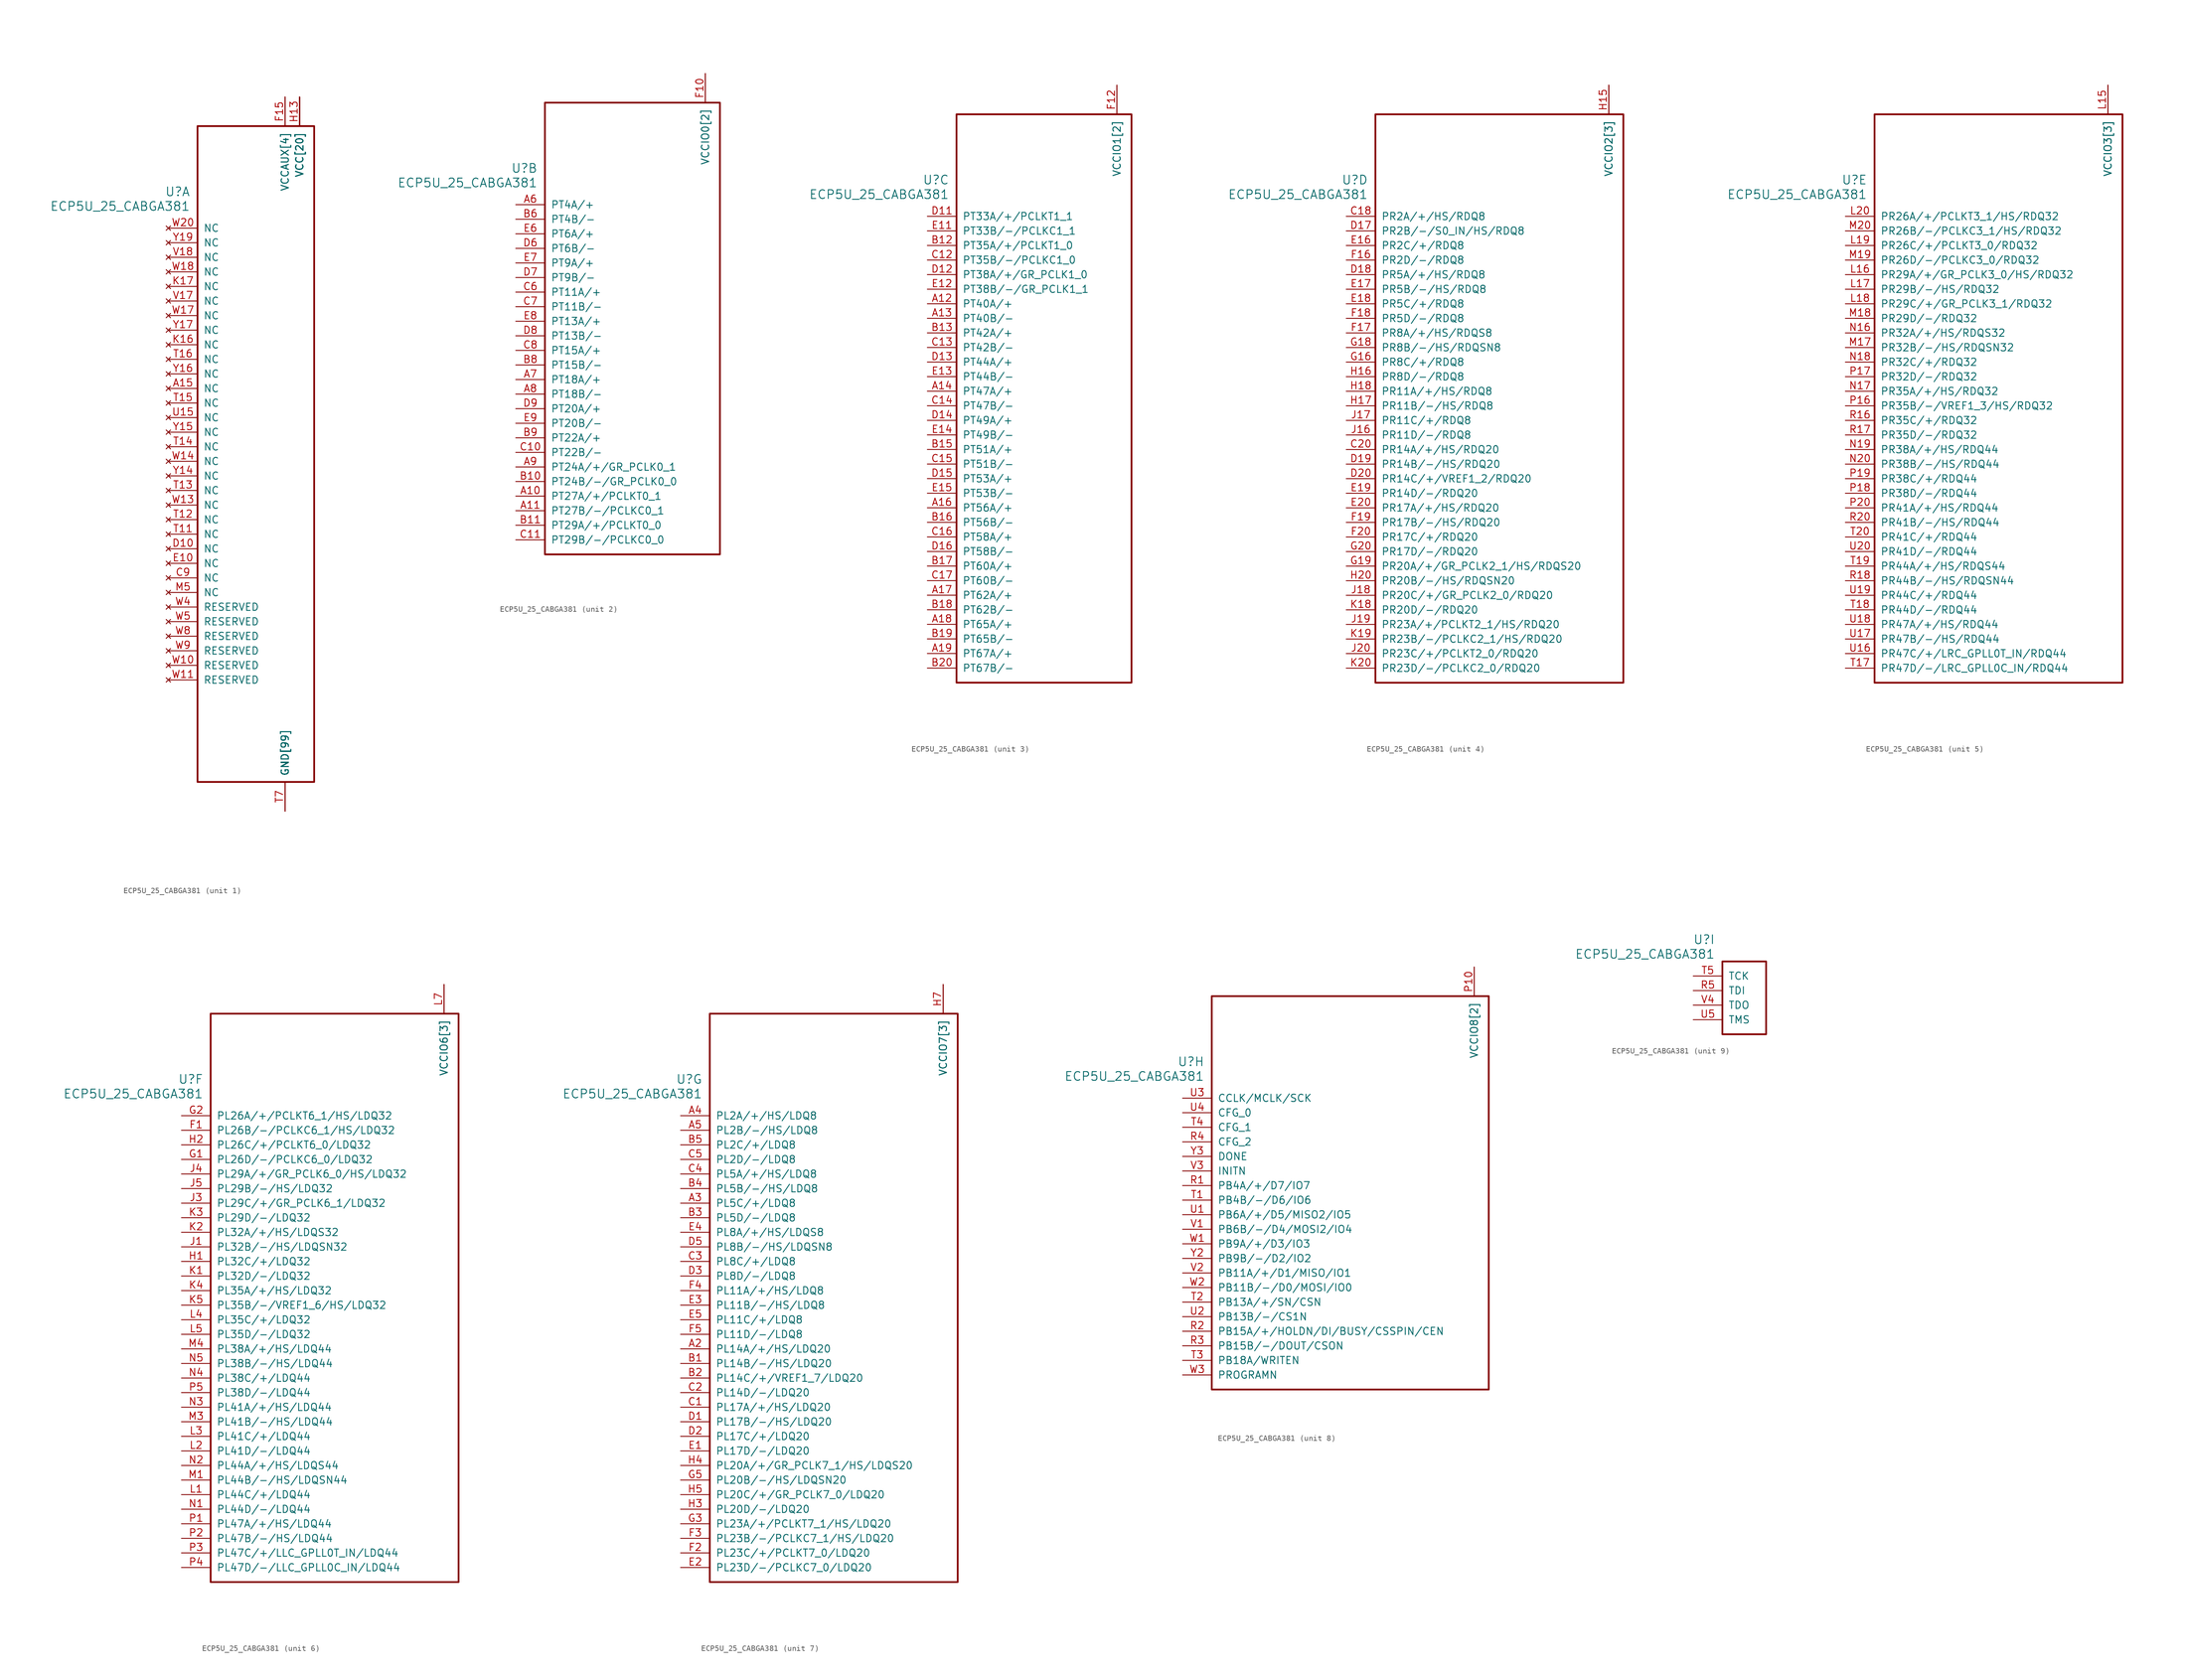
<source format=kicad_sym>
(kicad_symbol_lib
  (version 20211014)
  (generator kicad_symbol_editor)
  (symbol "ECP5U_25_CABGA381"
    (pin_names
      (offset 1.016))
    (property "Reference" "U"
      (at 3.81 6.35 0)
      (effects (font (size 1.524 1.524)) (justify right)))
    (property "Value" "ECP5U_25_CABGA381"
      (at 3.81 3.81 0)
      (effects (font (size 1.524 1.524)) (justify right)))
    (property "ki_locked" ""
      (at 0 0 0)
      (effects (font (size 1.27 1.27))))
    (symbol "ECP5U_25_CABGA381_1_1"
      (rectangle (start 5.08 17.78) (end 25.4 -96.52) (stroke (width 0.305) (type default) (color 0 0 0 0)) (fill (type none)))
      (pin no_connect line (at 0 -27.94 0) (length 5.08) (name "NC" (effects (font (size 1.27 1.27)))) (number "A15" (effects (font (size 1.27 1.27)))))
      (pin power_in line (at 20.32 -101.6 90) (length 5.08) (name "GND[99]" (effects (font (size 1.27 1.27)))) (number "B14" (effects (font (size 0 0)))))
      (pin power_in line (at 20.32 -101.6 90) (length 5.08) (name "GND[99]" (effects (font (size 1.27 1.27)))) (number "B7" (effects (font (size 0 0)))))
      (pin power_in line (at 20.32 -101.6 90) (length 5.08) (name "GND[99]" (effects (font (size 1.27 1.27)))) (number "C19" (effects (font (size 0 0)))))
      (pin no_connect line (at 0 -60.96 0) (length 5.08) (name "NC" (effects (font (size 1.27 1.27)))) (number "C9" (effects (font (size 1.27 1.27)))))
      (pin no_connect line (at 0 -55.88 0) (length 5.08) (name "NC" (effects (font (size 1.27 1.27)))) (number "D10" (effects (font (size 1.27 1.27)))))
      (pin power_in line (at 20.32 -101.6 90) (length 5.08) (name "GND[99]" (effects (font (size 1.27 1.27)))) (number "D4" (effects (font (size 0 0)))))
      (pin no_connect line (at 0 -58.42 0) (length 5.08) (name "NC" (effects (font (size 1.27 1.27)))) (number "E10" (effects (font (size 1.27 1.27)))))
      (pin power_in line (at 20.32 -101.6 90) (length 5.08) (name "GND[99]" (effects (font (size 1.27 1.27)))) (number "F13" (effects (font (size 0 0)))))
      (pin power_in line (at 20.32 -101.6 90) (length 5.08) (name "GND[99]" (effects (font (size 1.27 1.27)))) (number "F14" (effects (font (size 0 0)))))
      (pin power_in line (at 20.32 22.86 270) (length 5.08) (name "VCCAUX[4]" (effects (font (size 1.27 1.27)))) (number "F15" (effects (font (size 1.27 1.27)))))
      (pin power_in line (at 20.32 22.86 270) (length 5.08) (name "VCCAUX[4]" (effects (font (size 1.27 1.27)))) (number "F6" (effects (font (size 0 0)))))
      (pin power_in line (at 20.32 -101.6 90) (length 5.08) (name "GND[99]" (effects (font (size 1.27 1.27)))) (number "F7" (effects (font (size 0 0)))))
      (pin power_in line (at 20.32 -101.6 90) (length 5.08) (name "GND[99]" (effects (font (size 1.27 1.27)))) (number "F8" (effects (font (size 0 0)))))
      (pin power_in line (at 20.32 -101.6 90) (length 5.08) (name "GND[99]" (effects (font (size 1.27 1.27)))) (number "G10" (effects (font (size 0 0)))))
      (pin power_in line (at 20.32 -101.6 90) (length 5.08) (name "GND[99]" (effects (font (size 1.27 1.27)))) (number "G11" (effects (font (size 0 0)))))
      (pin power_in line (at 20.32 -101.6 90) (length 5.08) (name "GND[99]" (effects (font (size 1.27 1.27)))) (number "G12" (effects (font (size 0 0)))))
      (pin power_in line (at 20.32 -101.6 90) (length 5.08) (name "GND[99]" (effects (font (size 1.27 1.27)))) (number "G13" (effects (font (size 0 0)))))
      (pin power_in line (at 20.32 -101.6 90) (length 5.08) (name "GND[99]" (effects (font (size 1.27 1.27)))) (number "G14" (effects (font (size 0 0)))))
      (pin power_in line (at 20.32 -101.6 90) (length 5.08) (name "GND[99]" (effects (font (size 1.27 1.27)))) (number "G15" (effects (font (size 0 0)))))
      (pin power_in line (at 20.32 -101.6 90) (length 5.08) (name "GND[99]" (effects (font (size 1.27 1.27)))) (number "G17" (effects (font (size 0 0)))))
      (pin power_in line (at 20.32 -101.6 90) (length 5.08) (name "GND[99]" (effects (font (size 1.27 1.27)))) (number "G4" (effects (font (size 0 0)))))
      (pin power_in line (at 20.32 -101.6 90) (length 5.08) (name "GND[99]" (effects (font (size 1.27 1.27)))) (number "G6" (effects (font (size 0 0)))))
      (pin power_in line (at 20.32 -101.6 90) (length 5.08) (name "GND[99]" (effects (font (size 1.27 1.27)))) (number "G7" (effects (font (size 0 0)))))
      (pin power_in line (at 20.32 -101.6 90) (length 5.08) (name "GND[99]" (effects (font (size 1.27 1.27)))) (number "G8" (effects (font (size 0 0)))))
      (pin power_in line (at 20.32 -101.6 90) (length 5.08) (name "GND[99]" (effects (font (size 1.27 1.27)))) (number "G9" (effects (font (size 0 0)))))
      (pin power_in line (at 22.86 22.86 270) (length 5.08) (name "VCC[20]" (effects (font (size 1.27 1.27)))) (number "H10" (effects (font (size 0 0)))))
      (pin power_in line (at 22.86 22.86 270) (length 5.08) (name "VCC[20]" (effects (font (size 1.27 1.27)))) (number "H11" (effects (font (size 0 0)))))
      (pin power_in line (at 22.86 22.86 270) (length 5.08) (name "VCC[20]" (effects (font (size 1.27 1.27)))) (number "H12" (effects (font (size 0 0)))))
      (pin power_in line (at 22.86 22.86 270) (length 5.08) (name "VCC[20]" (effects (font (size 1.27 1.27)))) (number "H13" (effects (font (size 1.27 1.27)))))
      (pin power_in line (at 20.32 -101.6 90) (length 5.08) (name "GND[99]" (effects (font (size 1.27 1.27)))) (number "H19" (effects (font (size 0 0)))))
      (pin power_in line (at 22.86 22.86 270) (length 5.08) (name "VCC[20]" (effects (font (size 1.27 1.27)))) (number "H8" (effects (font (size 0 0)))))
      (pin power_in line (at 22.86 22.86 270) (length 5.08) (name "VCC[20]" (effects (font (size 1.27 1.27)))) (number "H9" (effects (font (size 0 0)))))
      (pin power_in line (at 20.32 -101.6 90) (length 5.08) (name "GND[99]" (effects (font (size 1.27 1.27)))) (number "J10" (effects (font (size 0 0)))))
      (pin power_in line (at 20.32 -101.6 90) (length 5.08) (name "GND[99]" (effects (font (size 1.27 1.27)))) (number "J11" (effects (font (size 0 0)))))
      (pin power_in line (at 20.32 -101.6 90) (length 5.08) (name "GND[99]" (effects (font (size 1.27 1.27)))) (number "J12" (effects (font (size 0 0)))))
      (pin power_in line (at 22.86 22.86 270) (length 5.08) (name "VCC[20]" (effects (font (size 1.27 1.27)))) (number "J13" (effects (font (size 0 0)))))
      (pin power_in line (at 20.32 -101.6 90) (length 5.08) (name "GND[99]" (effects (font (size 1.27 1.27)))) (number "J14" (effects (font (size 0 0)))))
      (pin power_in line (at 20.32 -101.6 90) (length 5.08) (name "GND[99]" (effects (font (size 1.27 1.27)))) (number "J2" (effects (font (size 0 0)))))
      (pin power_in line (at 20.32 -101.6 90) (length 5.08) (name "GND[99]" (effects (font (size 1.27 1.27)))) (number "J7" (effects (font (size 0 0)))))
      (pin power_in line (at 22.86 22.86 270) (length 5.08) (name "VCC[20]" (effects (font (size 1.27 1.27)))) (number "J8" (effects (font (size 0 0)))))
      (pin power_in line (at 20.32 -101.6 90) (length 5.08) (name "GND[99]" (effects (font (size 1.27 1.27)))) (number "J9" (effects (font (size 0 0)))))
      (pin power_in line (at 20.32 -101.6 90) (length 5.08) (name "GND[99]" (effects (font (size 1.27 1.27)))) (number "K10" (effects (font (size 0 0)))))
      (pin power_in line (at 20.32 -101.6 90) (length 5.08) (name "GND[99]" (effects (font (size 1.27 1.27)))) (number "K11" (effects (font (size 0 0)))))
      (pin power_in line (at 20.32 -101.6 90) (length 5.08) (name "GND[99]" (effects (font (size 1.27 1.27)))) (number "K12" (effects (font (size 0 0)))))
      (pin power_in line (at 22.86 22.86 270) (length 5.08) (name "VCC[20]" (effects (font (size 1.27 1.27)))) (number "K13" (effects (font (size 0 0)))))
      (pin power_in line (at 20.32 -101.6 90) (length 5.08) (name "GND[99]" (effects (font (size 1.27 1.27)))) (number "K14" (effects (font (size 0 0)))))
      (pin power_in line (at 20.32 -101.6 90) (length 5.08) (name "GND[99]" (effects (font (size 1.27 1.27)))) (number "K15" (effects (font (size 0 0)))))
      (pin no_connect line (at 0 -20.32 0) (length 5.08) (name "NC" (effects (font (size 1.27 1.27)))) (number "K16" (effects (font (size 1.27 1.27)))))
      (pin no_connect line (at 0 -10.16 0) (length 5.08) (name "NC" (effects (font (size 1.27 1.27)))) (number "K17" (effects (font (size 1.27 1.27)))))
      (pin power_in line (at 20.32 -101.6 90) (length 5.08) (name "GND[99]" (effects (font (size 1.27 1.27)))) (number "K6" (effects (font (size 0 0)))))
      (pin power_in line (at 20.32 -101.6 90) (length 5.08) (name "GND[99]" (effects (font (size 1.27 1.27)))) (number "K7" (effects (font (size 0 0)))))
      (pin power_in line (at 22.86 22.86 270) (length 5.08) (name "VCC[20]" (effects (font (size 1.27 1.27)))) (number "K8" (effects (font (size 0 0)))))
      (pin power_in line (at 20.32 -101.6 90) (length 5.08) (name "GND[99]" (effects (font (size 1.27 1.27)))) (number "K9" (effects (font (size 0 0)))))
      (pin power_in line (at 20.32 -101.6 90) (length 5.08) (name "GND[99]" (effects (font (size 1.27 1.27)))) (number "L10" (effects (font (size 0 0)))))
      (pin power_in line (at 20.32 -101.6 90) (length 5.08) (name "GND[99]" (effects (font (size 1.27 1.27)))) (number "L11" (effects (font (size 0 0)))))
      (pin power_in line (at 20.32 -101.6 90) (length 5.08) (name "GND[99]" (effects (font (size 1.27 1.27)))) (number "L12" (effects (font (size 0 0)))))
      (pin power_in line (at 22.86 22.86 270) (length 5.08) (name "VCC[20]" (effects (font (size 1.27 1.27)))) (number "L13" (effects (font (size 0 0)))))
      (pin power_in line (at 22.86 22.86 270) (length 5.08) (name "VCC[20]" (effects (font (size 1.27 1.27)))) (number "L8" (effects (font (size 0 0)))))
      (pin power_in line (at 20.32 -101.6 90) (length 5.08) (name "GND[99]" (effects (font (size 1.27 1.27)))) (number "L9" (effects (font (size 0 0)))))
      (pin power_in line (at 20.32 -101.6 90) (length 5.08) (name "GND[99]" (effects (font (size 1.27 1.27)))) (number "M10" (effects (font (size 0 0)))))
      (pin power_in line (at 20.32 -101.6 90) (length 5.08) (name "GND[99]" (effects (font (size 1.27 1.27)))) (number "M11" (effects (font (size 0 0)))))
      (pin power_in line (at 20.32 -101.6 90) (length 5.08) (name "GND[99]" (effects (font (size 1.27 1.27)))) (number "M12" (effects (font (size 0 0)))))
      (pin power_in line (at 22.86 22.86 270) (length 5.08) (name "VCC[20]" (effects (font (size 1.27 1.27)))) (number "M13" (effects (font (size 0 0)))))
      (pin power_in line (at 20.32 -101.6 90) (length 5.08) (name "GND[99]" (effects (font (size 1.27 1.27)))) (number "M14" (effects (font (size 0 0)))))
      (pin power_in line (at 20.32 -101.6 90) (length 5.08) (name "GND[99]" (effects (font (size 1.27 1.27)))) (number "M16" (effects (font (size 0 0)))))
      (pin power_in line (at 20.32 -101.6 90) (length 5.08) (name "GND[99]" (effects (font (size 1.27 1.27)))) (number "M2" (effects (font (size 0 0)))))
      (pin no_connect line (at 0 -63.5 0) (length 5.08) (name "NC" (effects (font (size 1.27 1.27)))) (number "M5" (effects (font (size 1.27 1.27)))))
      (pin power_in line (at 20.32 -101.6 90) (length 5.08) (name "GND[99]" (effects (font (size 1.27 1.27)))) (number "M7" (effects (font (size 0 0)))))
      (pin power_in line (at 22.86 22.86 270) (length 5.08) (name "VCC[20]" (effects (font (size 1.27 1.27)))) (number "M8" (effects (font (size 0 0)))))
      (pin power_in line (at 20.32 -101.6 90) (length 5.08) (name "GND[99]" (effects (font (size 1.27 1.27)))) (number "M9" (effects (font (size 0 0)))))
      (pin power_in line (at 22.86 22.86 270) (length 5.08) (name "VCC[20]" (effects (font (size 1.27 1.27)))) (number "N10" (effects (font (size 0 0)))))
      (pin power_in line (at 22.86 22.86 270) (length 5.08) (name "VCC[20]" (effects (font (size 1.27 1.27)))) (number "N11" (effects (font (size 0 0)))))
      (pin power_in line (at 22.86 22.86 270) (length 5.08) (name "VCC[20]" (effects (font (size 1.27 1.27)))) (number "N12" (effects (font (size 0 0)))))
      (pin power_in line (at 22.86 22.86 270) (length 5.08) (name "VCC[20]" (effects (font (size 1.27 1.27)))) (number "N13" (effects (font (size 0 0)))))
      (pin power_in line (at 20.32 -101.6 90) (length 5.08) (name "GND[99]" (effects (font (size 1.27 1.27)))) (number "N14" (effects (font (size 0 0)))))
      (pin power_in line (at 20.32 -101.6 90) (length 5.08) (name "GND[99]" (effects (font (size 1.27 1.27)))) (number "N15" (effects (font (size 0 0)))))
      (pin power_in line (at 20.32 -101.6 90) (length 5.08) (name "GND[99]" (effects (font (size 1.27 1.27)))) (number "N6" (effects (font (size 0 0)))))
      (pin power_in line (at 20.32 -101.6 90) (length 5.08) (name "GND[99]" (effects (font (size 1.27 1.27)))) (number "N7" (effects (font (size 0 0)))))
      (pin power_in line (at 22.86 22.86 270) (length 5.08) (name "VCC[20]" (effects (font (size 1.27 1.27)))) (number "N8" (effects (font (size 0 0)))))
      (pin power_in line (at 22.86 22.86 270) (length 5.08) (name "VCC[20]" (effects (font (size 1.27 1.27)))) (number "N9" (effects (font (size 0 0)))))
      (pin power_in line (at 20.32 -101.6 90) (length 5.08) (name "GND[99]" (effects (font (size 1.27 1.27)))) (number "P11" (effects (font (size 0 0)))))
      (pin power_in line (at 20.32 -101.6 90) (length 5.08) (name "GND[99]" (effects (font (size 1.27 1.27)))) (number "P12" (effects (font (size 0 0)))))
      (pin power_in line (at 20.32 -101.6 90) (length 5.08) (name "GND[99]" (effects (font (size 1.27 1.27)))) (number "P13" (effects (font (size 0 0)))))
      (pin power_in line (at 20.32 -101.6 90) (length 5.08) (name "GND[99]" (effects (font (size 1.27 1.27)))) (number "P14" (effects (font (size 0 0)))))
      (pin power_in line (at 20.32 22.86 270) (length 5.08) (name "VCCAUX[4]" (effects (font (size 1.27 1.27)))) (number "P15" (effects (font (size 0 0)))))
      (pin power_in line (at 20.32 22.86 270) (length 5.08) (name "VCCAUX[4]" (effects (font (size 1.27 1.27)))) (number "P6" (effects (font (size 0 0)))))
      (pin power_in line (at 20.32 -101.6 90) (length 5.08) (name "GND[99]" (effects (font (size 1.27 1.27)))) (number "P7" (effects (font (size 0 0)))))
      (pin power_in line (at 20.32 -101.6 90) (length 5.08) (name "GND[99]" (effects (font (size 1.27 1.27)))) (number "P8" (effects (font (size 0 0)))))
      (pin power_in line (at 20.32 -101.6 90) (length 5.08) (name "GND[99]" (effects (font (size 1.27 1.27)))) (number "R19" (effects (font (size 0 0)))))
      (pin power_in line (at 20.32 -101.6 90) (length 5.08) (name "GND[99]" (effects (font (size 1.27 1.27)))) (number "T10" (effects (font (size 0 0)))))
      (pin no_connect line (at 0 -53.34 0) (length 5.08) (name "NC" (effects (font (size 1.27 1.27)))) (number "T11" (effects (font (size 1.27 1.27)))))
      (pin no_connect line (at 0 -50.8 0) (length 5.08) (name "NC" (effects (font (size 1.27 1.27)))) (number "T12" (effects (font (size 1.27 1.27)))))
      (pin no_connect line (at 0 -45.72 0) (length 5.08) (name "NC" (effects (font (size 1.27 1.27)))) (number "T13" (effects (font (size 1.27 1.27)))))
      (pin no_connect line (at 0 -38.1 0) (length 5.08) (name "NC" (effects (font (size 1.27 1.27)))) (number "T14" (effects (font (size 1.27 1.27)))))
      (pin no_connect line (at 0 -30.48 0) (length 5.08) (name "NC" (effects (font (size 1.27 1.27)))) (number "T15" (effects (font (size 1.27 1.27)))))
      (pin no_connect line (at 0 -22.86 0) (length 5.08) (name "NC" (effects (font (size 1.27 1.27)))) (number "T16" (effects (font (size 1.27 1.27)))))
      (pin power_in line (at 20.32 -101.6 90) (length 5.08) (name "GND[99]" (effects (font (size 1.27 1.27)))) (number "T6" (effects (font (size 0 0)))))
      (pin power_in line (at 20.32 -101.6 90) (length 5.08) (name "GND[99]" (effects (font (size 1.27 1.27)))) (number "T7" (effects (font (size 1.27 1.27)))))
      (pin power_in line (at 20.32 -101.6 90) (length 5.08) (name "GND[99]" (effects (font (size 1.27 1.27)))) (number "T8" (effects (font (size 0 0)))))
      (pin power_in line (at 20.32 -101.6 90) (length 5.08) (name "GND[99]" (effects (font (size 1.27 1.27)))) (number "T9" (effects (font (size 0 0)))))
      (pin power_in line (at 20.32 -101.6 90) (length 5.08) (name "GND[99]" (effects (font (size 1.27 1.27)))) (number "U10" (effects (font (size 0 0)))))
      (pin power_in line (at 20.32 -101.6 90) (length 5.08) (name "GND[99]" (effects (font (size 1.27 1.27)))) (number "U11" (effects (font (size 0 0)))))
      (pin power_in line (at 20.32 -101.6 90) (length 5.08) (name "GND[99]" (effects (font (size 1.27 1.27)))) (number "U12" (effects (font (size 0 0)))))
      (pin power_in line (at 20.32 -101.6 90) (length 5.08) (name "GND[99]" (effects (font (size 1.27 1.27)))) (number "U13" (effects (font (size 0 0)))))
      (pin power_in line (at 20.32 -101.6 90) (length 5.08) (name "GND[99]" (effects (font (size 1.27 1.27)))) (number "U14" (effects (font (size 0 0)))))
      (pin no_connect line (at 0 -33.02 0) (length 5.08) (name "NC" (effects (font (size 1.27 1.27)))) (number "U15" (effects (font (size 1.27 1.27)))))
      (pin power_in line (at 20.32 -101.6 90) (length 5.08) (name "GND[99]" (effects (font (size 1.27 1.27)))) (number "U6" (effects (font (size 0 0)))))
      (pin power_in line (at 20.32 -101.6 90) (length 5.08) (name "GND[99]" (effects (font (size 1.27 1.27)))) (number "U7" (effects (font (size 0 0)))))
      (pin power_in line (at 20.32 -101.6 90) (length 5.08) (name "GND[99]" (effects (font (size 1.27 1.27)))) (number "U8" (effects (font (size 0 0)))))
      (pin power_in line (at 20.32 -101.6 90) (length 5.08) (name "GND[99]" (effects (font (size 1.27 1.27)))) (number "U9" (effects (font (size 0 0)))))
      (pin power_in line (at 20.32 -101.6 90) (length 5.08) (name "GND[99]" (effects (font (size 1.27 1.27)))) (number "V10" (effects (font (size 0 0)))))
      (pin power_in line (at 20.32 -101.6 90) (length 5.08) (name "GND[99]" (effects (font (size 1.27 1.27)))) (number "V11" (effects (font (size 0 0)))))
      (pin power_in line (at 20.32 -101.6 90) (length 5.08) (name "GND[99]" (effects (font (size 1.27 1.27)))) (number "V12" (effects (font (size 0 0)))))
      (pin power_in line (at 20.32 -101.6 90) (length 5.08) (name "GND[99]" (effects (font (size 1.27 1.27)))) (number "V13" (effects (font (size 0 0)))))
      (pin power_in line (at 20.32 -101.6 90) (length 5.08) (name "GND[99]" (effects (font (size 1.27 1.27)))) (number "V14" (effects (font (size 0 0)))))
      (pin power_in line (at 20.32 -101.6 90) (length 5.08) (name "GND[99]" (effects (font (size 1.27 1.27)))) (number "V15" (effects (font (size 0 0)))))
      (pin power_in line (at 20.32 -101.6 90) (length 5.08) (name "GND[99]" (effects (font (size 1.27 1.27)))) (number "V16" (effects (font (size 0 0)))))
      (pin no_connect line (at 0 -12.7 0) (length 5.08) (name "NC" (effects (font (size 1.27 1.27)))) (number "V17" (effects (font (size 1.27 1.27)))))
      (pin no_connect line (at 0 -5.08 0) (length 5.08) (name "NC" (effects (font (size 1.27 1.27)))) (number "V18" (effects (font (size 1.27 1.27)))))
      (pin power_in line (at 20.32 -101.6 90) (length 5.08) (name "GND[99]" (effects (font (size 1.27 1.27)))) (number "V19" (effects (font (size 0 0)))))
      (pin power_in line (at 20.32 -101.6 90) (length 5.08) (name "GND[99]" (effects (font (size 1.27 1.27)))) (number "V20" (effects (font (size 0 0)))))
      (pin power_in line (at 20.32 -101.6 90) (length 5.08) (name "GND[99]" (effects (font (size 1.27 1.27)))) (number "V5" (effects (font (size 0 0)))))
      (pin power_in line (at 20.32 -101.6 90) (length 5.08) (name "GND[99]" (effects (font (size 1.27 1.27)))) (number "V6" (effects (font (size 0 0)))))
      (pin power_in line (at 20.32 -101.6 90) (length 5.08) (name "GND[99]" (effects (font (size 1.27 1.27)))) (number "V7" (effects (font (size 0 0)))))
      (pin power_in line (at 20.32 -101.6 90) (length 5.08) (name "GND[99]" (effects (font (size 1.27 1.27)))) (number "V8" (effects (font (size 0 0)))))
      (pin power_in line (at 20.32 -101.6 90) (length 5.08) (name "GND[99]" (effects (font (size 1.27 1.27)))) (number "V9" (effects (font (size 0 0)))))
      (pin no_connect line (at 0 -76.2 0) (length 5.08) (name "RESERVED" (effects (font (size 1.27 1.27)))) (number "W10" (effects (font (size 1.27 1.27)))))
      (pin no_connect line (at 0 -78.74 0) (length 5.08) (name "RESERVED" (effects (font (size 1.27 1.27)))) (number "W11" (effects (font (size 1.27 1.27)))))
      (pin power_in line (at 20.32 -101.6 90) (length 5.08) (name "GND[99]" (effects (font (size 1.27 1.27)))) (number "W12" (effects (font (size 0 0)))))
      (pin no_connect line (at 0 -48.26 0) (length 5.08) (name "NC" (effects (font (size 1.27 1.27)))) (number "W13" (effects (font (size 1.27 1.27)))))
      (pin no_connect line (at 0 -40.64 0) (length 5.08) (name "NC" (effects (font (size 1.27 1.27)))) (number "W14" (effects (font (size 1.27 1.27)))))
      (pin power_in line (at 20.32 -101.6 90) (length 5.08) (name "GND[99]" (effects (font (size 1.27 1.27)))) (number "W15" (effects (font (size 0 0)))))
      (pin power_in line (at 20.32 -101.6 90) (length 5.08) (name "GND[99]" (effects (font (size 1.27 1.27)))) (number "W16" (effects (font (size 0 0)))))
      (pin no_connect line (at 0 -15.24 0) (length 5.08) (name "NC" (effects (font (size 1.27 1.27)))) (number "W17" (effects (font (size 1.27 1.27)))))
      (pin no_connect line (at 0 -7.62 0) (length 5.08) (name "NC" (effects (font (size 1.27 1.27)))) (number "W18" (effects (font (size 1.27 1.27)))))
      (pin power_in line (at 20.32 -101.6 90) (length 5.08) (name "GND[99]" (effects (font (size 1.27 1.27)))) (number "W19" (effects (font (size 0 0)))))
      (pin no_connect line (at 0 0 0) (length 5.08) (name "NC" (effects (font (size 1.27 1.27)))) (number "W20" (effects (font (size 1.27 1.27)))))
      (pin no_connect line (at 0 -66.04 0) (length 5.08) (name "RESERVED" (effects (font (size 1.27 1.27)))) (number "W4" (effects (font (size 1.27 1.27)))))
      (pin no_connect line (at 0 -68.58 0) (length 5.08) (name "RESERVED" (effects (font (size 1.27 1.27)))) (number "W5" (effects (font (size 1.27 1.27)))))
      (pin power_in line (at 20.32 -101.6 90) (length 5.08) (name "GND[99]" (effects (font (size 1.27 1.27)))) (number "W6" (effects (font (size 0 0)))))
      (pin power_in line (at 20.32 -101.6 90) (length 5.08) (name "GND[99]" (effects (font (size 1.27 1.27)))) (number "W7" (effects (font (size 0 0)))))
      (pin no_connect line (at 0 -71.12 0) (length 5.08) (name "RESERVED" (effects (font (size 1.27 1.27)))) (number "W8" (effects (font (size 1.27 1.27)))))
      (pin no_connect line (at 0 -73.66 0) (length 5.08) (name "RESERVED" (effects (font (size 1.27 1.27)))) (number "W9" (effects (font (size 1.27 1.27)))))
      (pin power_in line (at 20.32 -101.6 90) (length 5.08) (name "GND[99]" (effects (font (size 1.27 1.27)))) (number "Y11" (effects (font (size 0 0)))))
      (pin power_in line (at 20.32 -101.6 90) (length 5.08) (name "GND[99]" (effects (font (size 1.27 1.27)))) (number "Y12" (effects (font (size 0 0)))))
      (pin no_connect line (at 0 -43.18 0) (length 5.08) (name "NC" (effects (font (size 1.27 1.27)))) (number "Y14" (effects (font (size 1.27 1.27)))))
      (pin no_connect line (at 0 -35.56 0) (length 5.08) (name "NC" (effects (font (size 1.27 1.27)))) (number "Y15" (effects (font (size 1.27 1.27)))))
      (pin no_connect line (at 0 -25.4 0) (length 5.08) (name "NC" (effects (font (size 1.27 1.27)))) (number "Y16" (effects (font (size 1.27 1.27)))))
      (pin no_connect line (at 0 -17.78 0) (length 5.08) (name "NC" (effects (font (size 1.27 1.27)))) (number "Y17" (effects (font (size 1.27 1.27)))))
      (pin no_connect line (at 0 -2.54 0) (length 5.08) (name "NC" (effects (font (size 1.27 1.27)))) (number "Y19" (effects (font (size 1.27 1.27)))))
      (pin power_in line (at 20.32 -101.6 90) (length 5.08) (name "GND[99]" (effects (font (size 1.27 1.27)))) (number "Y5" (effects (font (size 0 0)))))
      (pin power_in line (at 20.32 -101.6 90) (length 5.08) (name "GND[99]" (effects (font (size 1.27 1.27)))) (number "Y6" (effects (font (size 0 0)))))
      (pin power_in line (at 20.32 -101.6 90) (length 5.08) (name "GND[99]" (effects (font (size 1.27 1.27)))) (number "Y7" (effects (font (size 0 0)))))
      (pin power_in line (at 20.32 -101.6 90) (length 5.08) (name "GND[99]" (effects (font (size 1.27 1.27)))) (number "Y8" (effects (font (size 0 0))))))
    (symbol "ECP5U_25_CABGA381_2_1"
      (rectangle (start 5.08 17.78) (end 35.56 -60.96) (stroke (width 0.305) (type default) (color 0 0 0 0)) (fill (type none)))
      (pin bidirectional line (at 0 -50.8 0) (length 5.08) (name "PT27A/+/PCLKT0_1" (effects (font (size 1.27 1.27)))) (number "A10" (effects (font (size 1.27 1.27)))))
      (pin bidirectional line (at 0 -53.34 0) (length 5.08) (name "PT27B/-/PCLKC0_1" (effects (font (size 1.27 1.27)))) (number "A11" (effects (font (size 1.27 1.27)))))
      (pin bidirectional line (at 0 0 0) (length 5.08) (name "PT4A/+" (effects (font (size 1.27 1.27)))) (number "A6" (effects (font (size 1.27 1.27)))))
      (pin bidirectional line (at 0 -30.48 0) (length 5.08) (name "PT18A/+" (effects (font (size 1.27 1.27)))) (number "A7" (effects (font (size 1.27 1.27)))))
      (pin bidirectional line (at 0 -33.02 0) (length 5.08) (name "PT18B/-" (effects (font (size 1.27 1.27)))) (number "A8" (effects (font (size 1.27 1.27)))))
      (pin bidirectional line (at 0 -45.72 0) (length 5.08) (name "PT24A/+/GR_PCLK0_1" (effects (font (size 1.27 1.27)))) (number "A9" (effects (font (size 1.27 1.27)))))
      (pin bidirectional line (at 0 -48.26 0) (length 5.08) (name "PT24B/-/GR_PCLK0_0" (effects (font (size 1.27 1.27)))) (number "B10" (effects (font (size 1.27 1.27)))))
      (pin bidirectional line (at 0 -55.88 0) (length 5.08) (name "PT29A/+/PCLKT0_0" (effects (font (size 1.27 1.27)))) (number "B11" (effects (font (size 1.27 1.27)))))
      (pin bidirectional line (at 0 -2.54 0) (length 5.08) (name "PT4B/-" (effects (font (size 1.27 1.27)))) (number "B6" (effects (font (size 1.27 1.27)))))
      (pin bidirectional line (at 0 -27.94 0) (length 5.08) (name "PT15B/-" (effects (font (size 1.27 1.27)))) (number "B8" (effects (font (size 1.27 1.27)))))
      (pin bidirectional line (at 0 -40.64 0) (length 5.08) (name "PT22A/+" (effects (font (size 1.27 1.27)))) (number "B9" (effects (font (size 1.27 1.27)))))
      (pin bidirectional line (at 0 -43.18 0) (length 5.08) (name "PT22B/-" (effects (font (size 1.27 1.27)))) (number "C10" (effects (font (size 1.27 1.27)))))
      (pin bidirectional line (at 0 -58.42 0) (length 5.08) (name "PT29B/-/PCLKC0_0" (effects (font (size 1.27 1.27)))) (number "C11" (effects (font (size 1.27 1.27)))))
      (pin bidirectional line (at 0 -15.24 0) (length 5.08) (name "PT11A/+" (effects (font (size 1.27 1.27)))) (number "C6" (effects (font (size 1.27 1.27)))))
      (pin bidirectional line (at 0 -17.78 0) (length 5.08) (name "PT11B/-" (effects (font (size 1.27 1.27)))) (number "C7" (effects (font (size 1.27 1.27)))))
      (pin bidirectional line (at 0 -25.4 0) (length 5.08) (name "PT15A/+" (effects (font (size 1.27 1.27)))) (number "C8" (effects (font (size 1.27 1.27)))))
      (pin bidirectional line (at 0 -7.62 0) (length 5.08) (name "PT6B/-" (effects (font (size 1.27 1.27)))) (number "D6" (effects (font (size 1.27 1.27)))))
      (pin bidirectional line (at 0 -12.7 0) (length 5.08) (name "PT9B/-" (effects (font (size 1.27 1.27)))) (number "D7" (effects (font (size 1.27 1.27)))))
      (pin bidirectional line (at 0 -22.86 0) (length 5.08) (name "PT13B/-" (effects (font (size 1.27 1.27)))) (number "D8" (effects (font (size 1.27 1.27)))))
      (pin bidirectional line (at 0 -35.56 0) (length 5.08) (name "PT20A/+" (effects (font (size 1.27 1.27)))) (number "D9" (effects (font (size 1.27 1.27)))))
      (pin bidirectional line (at 0 -5.08 0) (length 5.08) (name "PT6A/+" (effects (font (size 1.27 1.27)))) (number "E6" (effects (font (size 1.27 1.27)))))
      (pin bidirectional line (at 0 -10.16 0) (length 5.08) (name "PT9A/+" (effects (font (size 1.27 1.27)))) (number "E7" (effects (font (size 1.27 1.27)))))
      (pin bidirectional line (at 0 -20.32 0) (length 5.08) (name "PT13A/+" (effects (font (size 1.27 1.27)))) (number "E8" (effects (font (size 1.27 1.27)))))
      (pin bidirectional line (at 0 -38.1 0) (length 5.08) (name "PT20B/-" (effects (font (size 1.27 1.27)))) (number "E9" (effects (font (size 1.27 1.27)))))
      (pin power_in line (at 33.02 22.86 270) (length 5.08) (name "VCCIO0[2]" (effects (font (size 1.27 1.27)))) (number "F10" (effects (font (size 1.27 1.27)))))
      (pin power_in line (at 33.02 22.86 270) (length 5.08) (name "VCCIO0[2]" (effects (font (size 1.27 1.27)))) (number "F9" (effects (font (size 0 0))))))
    (symbol "ECP5U_25_CABGA381_3_1"
      (rectangle (start 5.08 17.78) (end 35.56 -81.28) (stroke (width 0.305) (type default) (color 0 0 0 0)) (fill (type none)))
      (pin bidirectional line (at 0 -15.24 0) (length 5.08) (name "PT40A/+" (effects (font (size 1.27 1.27)))) (number "A12" (effects (font (size 1.27 1.27)))))
      (pin bidirectional line (at 0 -17.78 0) (length 5.08) (name "PT40B/-" (effects (font (size 1.27 1.27)))) (number "A13" (effects (font (size 1.27 1.27)))))
      (pin bidirectional line (at 0 -30.48 0) (length 5.08) (name "PT47A/+" (effects (font (size 1.27 1.27)))) (number "A14" (effects (font (size 1.27 1.27)))))
      (pin bidirectional line (at 0 -50.8 0) (length 5.08) (name "PT56A/+" (effects (font (size 1.27 1.27)))) (number "A16" (effects (font (size 1.27 1.27)))))
      (pin bidirectional line (at 0 -66.04 0) (length 5.08) (name "PT62A/+" (effects (font (size 1.27 1.27)))) (number "A17" (effects (font (size 1.27 1.27)))))
      (pin bidirectional line (at 0 -71.12 0) (length 5.08) (name "PT65A/+" (effects (font (size 1.27 1.27)))) (number "A18" (effects (font (size 1.27 1.27)))))
      (pin bidirectional line (at 0 -76.2 0) (length 5.08) (name "PT67A/+" (effects (font (size 1.27 1.27)))) (number "A19" (effects (font (size 1.27 1.27)))))
      (pin bidirectional line (at 0 -5.08 0) (length 5.08) (name "PT35A/+/PCLKT1_0" (effects (font (size 1.27 1.27)))) (number "B12" (effects (font (size 1.27 1.27)))))
      (pin bidirectional line (at 0 -20.32 0) (length 5.08) (name "PT42A/+" (effects (font (size 1.27 1.27)))) (number "B13" (effects (font (size 1.27 1.27)))))
      (pin bidirectional line (at 0 -40.64 0) (length 5.08) (name "PT51A/+" (effects (font (size 1.27 1.27)))) (number "B15" (effects (font (size 1.27 1.27)))))
      (pin bidirectional line (at 0 -53.34 0) (length 5.08) (name "PT56B/-" (effects (font (size 1.27 1.27)))) (number "B16" (effects (font (size 1.27 1.27)))))
      (pin bidirectional line (at 0 -60.96 0) (length 5.08) (name "PT60A/+" (effects (font (size 1.27 1.27)))) (number "B17" (effects (font (size 1.27 1.27)))))
      (pin bidirectional line (at 0 -68.58 0) (length 5.08) (name "PT62B/-" (effects (font (size 1.27 1.27)))) (number "B18" (effects (font (size 1.27 1.27)))))
      (pin bidirectional line (at 0 -73.66 0) (length 5.08) (name "PT65B/-" (effects (font (size 1.27 1.27)))) (number "B19" (effects (font (size 1.27 1.27)))))
      (pin bidirectional line (at 0 -78.74 0) (length 5.08) (name "PT67B/-" (effects (font (size 1.27 1.27)))) (number "B20" (effects (font (size 1.27 1.27)))))
      (pin bidirectional line (at 0 -7.62 0) (length 5.08) (name "PT35B/-/PCLKC1_0" (effects (font (size 1.27 1.27)))) (number "C12" (effects (font (size 1.27 1.27)))))
      (pin bidirectional line (at 0 -22.86 0) (length 5.08) (name "PT42B/-" (effects (font (size 1.27 1.27)))) (number "C13" (effects (font (size 1.27 1.27)))))
      (pin bidirectional line (at 0 -33.02 0) (length 5.08) (name "PT47B/-" (effects (font (size 1.27 1.27)))) (number "C14" (effects (font (size 1.27 1.27)))))
      (pin bidirectional line (at 0 -43.18 0) (length 5.08) (name "PT51B/-" (effects (font (size 1.27 1.27)))) (number "C15" (effects (font (size 1.27 1.27)))))
      (pin bidirectional line (at 0 -55.88 0) (length 5.08) (name "PT58A/+" (effects (font (size 1.27 1.27)))) (number "C16" (effects (font (size 1.27 1.27)))))
      (pin bidirectional line (at 0 -63.5 0) (length 5.08) (name "PT60B/-" (effects (font (size 1.27 1.27)))) (number "C17" (effects (font (size 1.27 1.27)))))
      (pin bidirectional line (at 0 0 0) (length 5.08) (name "PT33A/+/PCLKT1_1" (effects (font (size 1.27 1.27)))) (number "D11" (effects (font (size 1.27 1.27)))))
      (pin bidirectional line (at 0 -10.16 0) (length 5.08) (name "PT38A/+/GR_PCLK1_0" (effects (font (size 1.27 1.27)))) (number "D12" (effects (font (size 1.27 1.27)))))
      (pin bidirectional line (at 0 -25.4 0) (length 5.08) (name "PT44A/+" (effects (font (size 1.27 1.27)))) (number "D13" (effects (font (size 1.27 1.27)))))
      (pin bidirectional line (at 0 -35.56 0) (length 5.08) (name "PT49A/+" (effects (font (size 1.27 1.27)))) (number "D14" (effects (font (size 1.27 1.27)))))
      (pin bidirectional line (at 0 -45.72 0) (length 5.08) (name "PT53A/+" (effects (font (size 1.27 1.27)))) (number "D15" (effects (font (size 1.27 1.27)))))
      (pin bidirectional line (at 0 -58.42 0) (length 5.08) (name "PT58B/-" (effects (font (size 1.27 1.27)))) (number "D16" (effects (font (size 1.27 1.27)))))
      (pin bidirectional line (at 0 -2.54 0) (length 5.08) (name "PT33B/-/PCLKC1_1" (effects (font (size 1.27 1.27)))) (number "E11" (effects (font (size 1.27 1.27)))))
      (pin bidirectional line (at 0 -12.7 0) (length 5.08) (name "PT38B/-/GR_PCLK1_1" (effects (font (size 1.27 1.27)))) (number "E12" (effects (font (size 1.27 1.27)))))
      (pin bidirectional line (at 0 -27.94 0) (length 5.08) (name "PT44B/-" (effects (font (size 1.27 1.27)))) (number "E13" (effects (font (size 1.27 1.27)))))
      (pin bidirectional line (at 0 -38.1 0) (length 5.08) (name "PT49B/-" (effects (font (size 1.27 1.27)))) (number "E14" (effects (font (size 1.27 1.27)))))
      (pin bidirectional line (at 0 -48.26 0) (length 5.08) (name "PT53B/-" (effects (font (size 1.27 1.27)))) (number "E15" (effects (font (size 1.27 1.27)))))
      (pin power_in line (at 33.02 22.86 270) (length 5.08) (name "VCCIO1[2]" (effects (font (size 1.27 1.27)))) (number "F11" (effects (font (size 0 0)))))
      (pin power_in line (at 33.02 22.86 270) (length 5.08) (name "VCCIO1[2]" (effects (font (size 1.27 1.27)))) (number "F12" (effects (font (size 1.27 1.27))))))
    (symbol "ECP5U_25_CABGA381_4_1"
      (rectangle (start 5.08 17.78) (end 48.26 -81.28) (stroke (width 0.305) (type default) (color 0 0 0 0)) (fill (type none)))
      (pin bidirectional line (at 0 0 0) (length 5.08) (name "PR2A/+/HS/RDQ8" (effects (font (size 1.27 1.27)))) (number "C18" (effects (font (size 1.27 1.27)))))
      (pin bidirectional line (at 0 -40.64 0) (length 5.08) (name "PR14A/+/HS/RDQ20" (effects (font (size 1.27 1.27)))) (number "C20" (effects (font (size 1.27 1.27)))))
      (pin bidirectional line (at 0 -2.54 0) (length 5.08) (name "PR2B/-/S0_IN/HS/RDQ8" (effects (font (size 1.27 1.27)))) (number "D17" (effects (font (size 1.27 1.27)))))
      (pin bidirectional line (at 0 -10.16 0) (length 5.08) (name "PR5A/+/HS/RDQ8" (effects (font (size 1.27 1.27)))) (number "D18" (effects (font (size 1.27 1.27)))))
      (pin bidirectional line (at 0 -43.18 0) (length 5.08) (name "PR14B/-/HS/RDQ20" (effects (font (size 1.27 1.27)))) (number "D19" (effects (font (size 1.27 1.27)))))
      (pin bidirectional line (at 0 -45.72 0) (length 5.08) (name "PR14C/+/VREF1_2/RDQ20" (effects (font (size 1.27 1.27)))) (number "D20" (effects (font (size 1.27 1.27)))))
      (pin bidirectional line (at 0 -5.08 0) (length 5.08) (name "PR2C/+/RDQ8" (effects (font (size 1.27 1.27)))) (number "E16" (effects (font (size 1.27 1.27)))))
      (pin bidirectional line (at 0 -12.7 0) (length 5.08) (name "PR5B/-/HS/RDQ8" (effects (font (size 1.27 1.27)))) (number "E17" (effects (font (size 1.27 1.27)))))
      (pin bidirectional line (at 0 -15.24 0) (length 5.08) (name "PR5C/+/RDQ8" (effects (font (size 1.27 1.27)))) (number "E18" (effects (font (size 1.27 1.27)))))
      (pin bidirectional line (at 0 -48.26 0) (length 5.08) (name "PR14D/-/RDQ20" (effects (font (size 1.27 1.27)))) (number "E19" (effects (font (size 1.27 1.27)))))
      (pin bidirectional line (at 0 -50.8 0) (length 5.08) (name "PR17A/+/HS/RDQ20" (effects (font (size 1.27 1.27)))) (number "E20" (effects (font (size 1.27 1.27)))))
      (pin bidirectional line (at 0 -7.62 0) (length 5.08) (name "PR2D/-/RDQ8" (effects (font (size 1.27 1.27)))) (number "F16" (effects (font (size 1.27 1.27)))))
      (pin bidirectional line (at 0 -20.32 0) (length 5.08) (name "PR8A/+/HS/RDQS8" (effects (font (size 1.27 1.27)))) (number "F17" (effects (font (size 1.27 1.27)))))
      (pin bidirectional line (at 0 -17.78 0) (length 5.08) (name "PR5D/-/RDQ8" (effects (font (size 1.27 1.27)))) (number "F18" (effects (font (size 1.27 1.27)))))
      (pin bidirectional line (at 0 -53.34 0) (length 5.08) (name "PR17B/-/HS/RDQ20" (effects (font (size 1.27 1.27)))) (number "F19" (effects (font (size 1.27 1.27)))))
      (pin bidirectional line (at 0 -55.88 0) (length 5.08) (name "PR17C/+/RDQ20" (effects (font (size 1.27 1.27)))) (number "F20" (effects (font (size 1.27 1.27)))))
      (pin bidirectional line (at 0 -25.4 0) (length 5.08) (name "PR8C/+/RDQ8" (effects (font (size 1.27 1.27)))) (number "G16" (effects (font (size 1.27 1.27)))))
      (pin bidirectional line (at 0 -22.86 0) (length 5.08) (name "PR8B/-/HS/RDQSN8" (effects (font (size 1.27 1.27)))) (number "G18" (effects (font (size 1.27 1.27)))))
      (pin bidirectional line (at 0 -60.96 0) (length 5.08) (name "PR20A/+/GR_PCLK2_1/HS/RDQS20" (effects (font (size 1.27 1.27)))) (number "G19" (effects (font (size 1.27 1.27)))))
      (pin bidirectional line (at 0 -58.42 0) (length 5.08) (name "PR17D/-/RDQ20" (effects (font (size 1.27 1.27)))) (number "G20" (effects (font (size 1.27 1.27)))))
      (pin power_in line (at 45.72 22.86 270) (length 5.08) (name "VCCIO2[3]" (effects (font (size 1.27 1.27)))) (number "H14" (effects (font (size 0 0)))))
      (pin power_in line (at 45.72 22.86 270) (length 5.08) (name "VCCIO2[3]" (effects (font (size 1.27 1.27)))) (number "H15" (effects (font (size 1.27 1.27)))))
      (pin bidirectional line (at 0 -27.94 0) (length 5.08) (name "PR8D/-/RDQ8" (effects (font (size 1.27 1.27)))) (number "H16" (effects (font (size 1.27 1.27)))))
      (pin bidirectional line (at 0 -33.02 0) (length 5.08) (name "PR11B/-/HS/RDQ8" (effects (font (size 1.27 1.27)))) (number "H17" (effects (font (size 1.27 1.27)))))
      (pin bidirectional line (at 0 -30.48 0) (length 5.08) (name "PR11A/+/HS/RDQ8" (effects (font (size 1.27 1.27)))) (number "H18" (effects (font (size 1.27 1.27)))))
      (pin bidirectional line (at 0 -63.5 0) (length 5.08) (name "PR20B/-/HS/RDQSN20" (effects (font (size 1.27 1.27)))) (number "H20" (effects (font (size 1.27 1.27)))))
      (pin power_in line (at 45.72 22.86 270) (length 5.08) (name "VCCIO2[3]" (effects (font (size 1.27 1.27)))) (number "J15" (effects (font (size 0 0)))))
      (pin bidirectional line (at 0 -38.1 0) (length 5.08) (name "PR11D/-/RDQ8" (effects (font (size 1.27 1.27)))) (number "J16" (effects (font (size 1.27 1.27)))))
      (pin bidirectional line (at 0 -35.56 0) (length 5.08) (name "PR11C/+/RDQ8" (effects (font (size 1.27 1.27)))) (number "J17" (effects (font (size 1.27 1.27)))))
      (pin bidirectional line (at 0 -66.04 0) (length 5.08) (name "PR20C/+/GR_PCLK2_0/RDQ20" (effects (font (size 1.27 1.27)))) (number "J18" (effects (font (size 1.27 1.27)))))
      (pin bidirectional line (at 0 -71.12 0) (length 5.08) (name "PR23A/+/PCLKT2_1/HS/RDQ20" (effects (font (size 1.27 1.27)))) (number "J19" (effects (font (size 1.27 1.27)))))
      (pin bidirectional line (at 0 -76.2 0) (length 5.08) (name "PR23C/+/PCLKT2_0/RDQ20" (effects (font (size 1.27 1.27)))) (number "J20" (effects (font (size 1.27 1.27)))))
      (pin bidirectional line (at 0 -68.58 0) (length 5.08) (name "PR20D/-/RDQ20" (effects (font (size 1.27 1.27)))) (number "K18" (effects (font (size 1.27 1.27)))))
      (pin bidirectional line (at 0 -73.66 0) (length 5.08) (name "PR23B/-/PCLKC2_1/HS/RDQ20" (effects (font (size 1.27 1.27)))) (number "K19" (effects (font (size 1.27 1.27)))))
      (pin bidirectional line (at 0 -78.74 0) (length 5.08) (name "PR23D/-/PCLKC2_0/RDQ20" (effects (font (size 1.27 1.27)))) (number "K20" (effects (font (size 1.27 1.27))))))
    (symbol "ECP5U_25_CABGA381_5_1"
      (rectangle (start 5.08 17.78) (end 48.26 -81.28) (stroke (width 0.305) (type default) (color 0 0 0 0)) (fill (type none)))
      (pin power_in line (at 45.72 22.86 270) (length 5.08) (name "VCCIO3[3]" (effects (font (size 1.27 1.27)))) (number "L14" (effects (font (size 0 0)))))
      (pin power_in line (at 45.72 22.86 270) (length 5.08) (name "VCCIO3[3]" (effects (font (size 1.27 1.27)))) (number "L15" (effects (font (size 1.27 1.27)))))
      (pin bidirectional line (at 0 -10.16 0) (length 5.08) (name "PR29A/+/GR_PCLK3_0/HS/RDQ32" (effects (font (size 1.27 1.27)))) (number "L16" (effects (font (size 1.27 1.27)))))
      (pin bidirectional line (at 0 -12.7 0) (length 5.08) (name "PR29B/-/HS/RDQ32" (effects (font (size 1.27 1.27)))) (number "L17" (effects (font (size 1.27 1.27)))))
      (pin bidirectional line (at 0 -15.24 0) (length 5.08) (name "PR29C/+/GR_PCLK3_1/RDQ32" (effects (font (size 1.27 1.27)))) (number "L18" (effects (font (size 1.27 1.27)))))
      (pin bidirectional line (at 0 -5.08 0) (length 5.08) (name "PR26C/+/PCLKT3_0/RDQ32" (effects (font (size 1.27 1.27)))) (number "L19" (effects (font (size 1.27 1.27)))))
      (pin bidirectional line (at 0 0 0) (length 5.08) (name "PR26A/+/PCLKT3_1/HS/RDQ32" (effects (font (size 1.27 1.27)))) (number "L20" (effects (font (size 1.27 1.27)))))
      (pin power_in line (at 45.72 22.86 270) (length 5.08) (name "VCCIO3[3]" (effects (font (size 1.27 1.27)))) (number "M15" (effects (font (size 0 0)))))
      (pin bidirectional line (at 0 -22.86 0) (length 5.08) (name "PR32B/-/HS/RDQSN32" (effects (font (size 1.27 1.27)))) (number "M17" (effects (font (size 1.27 1.27)))))
      (pin bidirectional line (at 0 -17.78 0) (length 5.08) (name "PR29D/-/RDQ32" (effects (font (size 1.27 1.27)))) (number "M18" (effects (font (size 1.27 1.27)))))
      (pin bidirectional line (at 0 -7.62 0) (length 5.08) (name "PR26D/-/PCLKC3_0/RDQ32" (effects (font (size 1.27 1.27)))) (number "M19" (effects (font (size 1.27 1.27)))))
      (pin bidirectional line (at 0 -2.54 0) (length 5.08) (name "PR26B/-/PCLKC3_1/HS/RDQ32" (effects (font (size 1.27 1.27)))) (number "M20" (effects (font (size 1.27 1.27)))))
      (pin bidirectional line (at 0 -20.32 0) (length 5.08) (name "PR32A/+/HS/RDQS32" (effects (font (size 1.27 1.27)))) (number "N16" (effects (font (size 1.27 1.27)))))
      (pin bidirectional line (at 0 -30.48 0) (length 5.08) (name "PR35A/+/HS/RDQ32" (effects (font (size 1.27 1.27)))) (number "N17" (effects (font (size 1.27 1.27)))))
      (pin bidirectional line (at 0 -25.4 0) (length 5.08) (name "PR32C/+/RDQ32" (effects (font (size 1.27 1.27)))) (number "N18" (effects (font (size 1.27 1.27)))))
      (pin bidirectional line (at 0 -40.64 0) (length 5.08) (name "PR38A/+/HS/RDQ44" (effects (font (size 1.27 1.27)))) (number "N19" (effects (font (size 1.27 1.27)))))
      (pin bidirectional line (at 0 -43.18 0) (length 5.08) (name "PR38B/-/HS/RDQ44" (effects (font (size 1.27 1.27)))) (number "N20" (effects (font (size 1.27 1.27)))))
      (pin bidirectional line (at 0 -33.02 0) (length 5.08) (name "PR35B/-/VREF1_3/HS/RDQ32" (effects (font (size 1.27 1.27)))) (number "P16" (effects (font (size 1.27 1.27)))))
      (pin bidirectional line (at 0 -27.94 0) (length 5.08) (name "PR32D/-/RDQ32" (effects (font (size 1.27 1.27)))) (number "P17" (effects (font (size 1.27 1.27)))))
      (pin bidirectional line (at 0 -48.26 0) (length 5.08) (name "PR38D/-/RDQ44" (effects (font (size 1.27 1.27)))) (number "P18" (effects (font (size 1.27 1.27)))))
      (pin bidirectional line (at 0 -45.72 0) (length 5.08) (name "PR38C/+/RDQ44" (effects (font (size 1.27 1.27)))) (number "P19" (effects (font (size 1.27 1.27)))))
      (pin bidirectional line (at 0 -50.8 0) (length 5.08) (name "PR41A/+/HS/RDQ44" (effects (font (size 1.27 1.27)))) (number "P20" (effects (font (size 1.27 1.27)))))
      (pin bidirectional line (at 0 -35.56 0) (length 5.08) (name "PR35C/+/RDQ32" (effects (font (size 1.27 1.27)))) (number "R16" (effects (font (size 1.27 1.27)))))
      (pin bidirectional line (at 0 -38.1 0) (length 5.08) (name "PR35D/-/RDQ32" (effects (font (size 1.27 1.27)))) (number "R17" (effects (font (size 1.27 1.27)))))
      (pin bidirectional line (at 0 -63.5 0) (length 5.08) (name "PR44B/-/HS/RDQSN44" (effects (font (size 1.27 1.27)))) (number "R18" (effects (font (size 1.27 1.27)))))
      (pin bidirectional line (at 0 -53.34 0) (length 5.08) (name "PR41B/-/HS/RDQ44" (effects (font (size 1.27 1.27)))) (number "R20" (effects (font (size 1.27 1.27)))))
      (pin bidirectional line (at 0 -78.74 0) (length 5.08) (name "PR47D/-/LRC_GPLL0C_IN/RDQ44" (effects (font (size 1.27 1.27)))) (number "T17" (effects (font (size 1.27 1.27)))))
      (pin bidirectional line (at 0 -68.58 0) (length 5.08) (name "PR44D/-/RDQ44" (effects (font (size 1.27 1.27)))) (number "T18" (effects (font (size 1.27 1.27)))))
      (pin bidirectional line (at 0 -60.96 0) (length 5.08) (name "PR44A/+/HS/RDQS44" (effects (font (size 1.27 1.27)))) (number "T19" (effects (font (size 1.27 1.27)))))
      (pin bidirectional line (at 0 -55.88 0) (length 5.08) (name "PR41C/+/RDQ44" (effects (font (size 1.27 1.27)))) (number "T20" (effects (font (size 1.27 1.27)))))
      (pin bidirectional line (at 0 -76.2 0) (length 5.08) (name "PR47C/+/LRC_GPLL0T_IN/RDQ44" (effects (font (size 1.27 1.27)))) (number "U16" (effects (font (size 1.27 1.27)))))
      (pin bidirectional line (at 0 -73.66 0) (length 5.08) (name "PR47B/-/HS/RDQ44" (effects (font (size 1.27 1.27)))) (number "U17" (effects (font (size 1.27 1.27)))))
      (pin bidirectional line (at 0 -71.12 0) (length 5.08) (name "PR47A/+/HS/RDQ44" (effects (font (size 1.27 1.27)))) (number "U18" (effects (font (size 1.27 1.27)))))
      (pin bidirectional line (at 0 -66.04 0) (length 5.08) (name "PR44C/+/RDQ44" (effects (font (size 1.27 1.27)))) (number "U19" (effects (font (size 1.27 1.27)))))
      (pin bidirectional line (at 0 -58.42 0) (length 5.08) (name "PR41D/-/RDQ44" (effects (font (size 1.27 1.27)))) (number "U20" (effects (font (size 1.27 1.27))))))
    (symbol "ECP5U_25_CABGA381_6_1"
      (rectangle (start 5.08 17.78) (end 48.26 -81.28) (stroke (width 0.305) (type default) (color 0 0 0 0)) (fill (type none)))
      (pin bidirectional line (at 0 -2.54 0) (length 5.08) (name "PL26B/-/PCLKC6_1/HS/LDQ32" (effects (font (size 1.27 1.27)))) (number "F1" (effects (font (size 1.27 1.27)))))
      (pin bidirectional line (at 0 -7.62 0) (length 5.08) (name "PL26D/-/PCLKC6_0/LDQ32" (effects (font (size 1.27 1.27)))) (number "G1" (effects (font (size 1.27 1.27)))))
      (pin bidirectional line (at 0 0 0) (length 5.08) (name "PL26A/+/PCLKT6_1/HS/LDQ32" (effects (font (size 1.27 1.27)))) (number "G2" (effects (font (size 1.27 1.27)))))
      (pin bidirectional line (at 0 -25.4 0) (length 5.08) (name "PL32C/+/LDQ32" (effects (font (size 1.27 1.27)))) (number "H1" (effects (font (size 1.27 1.27)))))
      (pin bidirectional line (at 0 -5.08 0) (length 5.08) (name "PL26C/+/PCLKT6_0/LDQ32" (effects (font (size 1.27 1.27)))) (number "H2" (effects (font (size 1.27 1.27)))))
      (pin bidirectional line (at 0 -22.86 0) (length 5.08) (name "PL32B/-/HS/LDQSN32" (effects (font (size 1.27 1.27)))) (number "J1" (effects (font (size 1.27 1.27)))))
      (pin bidirectional line (at 0 -15.24 0) (length 5.08) (name "PL29C/+/GR_PCLK6_1/LDQ32" (effects (font (size 1.27 1.27)))) (number "J3" (effects (font (size 1.27 1.27)))))
      (pin bidirectional line (at 0 -10.16 0) (length 5.08) (name "PL29A/+/GR_PCLK6_0/HS/LDQ32" (effects (font (size 1.27 1.27)))) (number "J4" (effects (font (size 1.27 1.27)))))
      (pin bidirectional line (at 0 -12.7 0) (length 5.08) (name "PL29B/-/HS/LDQ32" (effects (font (size 1.27 1.27)))) (number "J5" (effects (font (size 1.27 1.27)))))
      (pin bidirectional line (at 0 -27.94 0) (length 5.08) (name "PL32D/-/LDQ32" (effects (font (size 1.27 1.27)))) (number "K1" (effects (font (size 1.27 1.27)))))
      (pin bidirectional line (at 0 -20.32 0) (length 5.08) (name "PL32A/+/HS/LDQS32" (effects (font (size 1.27 1.27)))) (number "K2" (effects (font (size 1.27 1.27)))))
      (pin bidirectional line (at 0 -17.78 0) (length 5.08) (name "PL29D/-/LDQ32" (effects (font (size 1.27 1.27)))) (number "K3" (effects (font (size 1.27 1.27)))))
      (pin bidirectional line (at 0 -30.48 0) (length 5.08) (name "PL35A/+/HS/LDQ32" (effects (font (size 1.27 1.27)))) (number "K4" (effects (font (size 1.27 1.27)))))
      (pin bidirectional line (at 0 -33.02 0) (length 5.08) (name "PL35B/-/VREF1_6/HS/LDQ32" (effects (font (size 1.27 1.27)))) (number "K5" (effects (font (size 1.27 1.27)))))
      (pin bidirectional line (at 0 -66.04 0) (length 5.08) (name "PL44C/+/LDQ44" (effects (font (size 1.27 1.27)))) (number "L1" (effects (font (size 1.27 1.27)))))
      (pin bidirectional line (at 0 -58.42 0) (length 5.08) (name "PL41D/-/LDQ44" (effects (font (size 1.27 1.27)))) (number "L2" (effects (font (size 1.27 1.27)))))
      (pin bidirectional line (at 0 -55.88 0) (length 5.08) (name "PL41C/+/LDQ44" (effects (font (size 1.27 1.27)))) (number "L3" (effects (font (size 1.27 1.27)))))
      (pin bidirectional line (at 0 -35.56 0) (length 5.08) (name "PL35C/+/LDQ32" (effects (font (size 1.27 1.27)))) (number "L4" (effects (font (size 1.27 1.27)))))
      (pin bidirectional line (at 0 -38.1 0) (length 5.08) (name "PL35D/-/LDQ32" (effects (font (size 1.27 1.27)))) (number "L5" (effects (font (size 1.27 1.27)))))
      (pin power_in line (at 45.72 22.86 270) (length 5.08) (name "VCCIO6[3]" (effects (font (size 1.27 1.27)))) (number "L6" (effects (font (size 0 0)))))
      (pin power_in line (at 45.72 22.86 270) (length 5.08) (name "VCCIO6[3]" (effects (font (size 1.27 1.27)))) (number "L7" (effects (font (size 1.27 1.27)))))
      (pin bidirectional line (at 0 -63.5 0) (length 5.08) (name "PL44B/-/HS/LDQSN44" (effects (font (size 1.27 1.27)))) (number "M1" (effects (font (size 1.27 1.27)))))
      (pin bidirectional line (at 0 -53.34 0) (length 5.08) (name "PL41B/-/HS/LDQ44" (effects (font (size 1.27 1.27)))) (number "M3" (effects (font (size 1.27 1.27)))))
      (pin bidirectional line (at 0 -40.64 0) (length 5.08) (name "PL38A/+/HS/LDQ44" (effects (font (size 1.27 1.27)))) (number "M4" (effects (font (size 1.27 1.27)))))
      (pin power_in line (at 45.72 22.86 270) (length 5.08) (name "VCCIO6[3]" (effects (font (size 1.27 1.27)))) (number "M6" (effects (font (size 0 0)))))
      (pin bidirectional line (at 0 -68.58 0) (length 5.08) (name "PL44D/-/LDQ44" (effects (font (size 1.27 1.27)))) (number "N1" (effects (font (size 1.27 1.27)))))
      (pin bidirectional line (at 0 -60.96 0) (length 5.08) (name "PL44A/+/HS/LDQS44" (effects (font (size 1.27 1.27)))) (number "N2" (effects (font (size 1.27 1.27)))))
      (pin bidirectional line (at 0 -50.8 0) (length 5.08) (name "PL41A/+/HS/LDQ44" (effects (font (size 1.27 1.27)))) (number "N3" (effects (font (size 1.27 1.27)))))
      (pin bidirectional line (at 0 -45.72 0) (length 5.08) (name "PL38C/+/LDQ44" (effects (font (size 1.27 1.27)))) (number "N4" (effects (font (size 1.27 1.27)))))
      (pin bidirectional line (at 0 -43.18 0) (length 5.08) (name "PL38B/-/HS/LDQ44" (effects (font (size 1.27 1.27)))) (number "N5" (effects (font (size 1.27 1.27)))))
      (pin bidirectional line (at 0 -71.12 0) (length 5.08) (name "PL47A/+/HS/LDQ44" (effects (font (size 1.27 1.27)))) (number "P1" (effects (font (size 1.27 1.27)))))
      (pin bidirectional line (at 0 -73.66 0) (length 5.08) (name "PL47B/-/HS/LDQ44" (effects (font (size 1.27 1.27)))) (number "P2" (effects (font (size 1.27 1.27)))))
      (pin bidirectional line (at 0 -76.2 0) (length 5.08) (name "PL47C/+/LLC_GPLL0T_IN/LDQ44" (effects (font (size 1.27 1.27)))) (number "P3" (effects (font (size 1.27 1.27)))))
      (pin bidirectional line (at 0 -78.74 0) (length 5.08) (name "PL47D/-/LLC_GPLL0C_IN/LDQ44" (effects (font (size 1.27 1.27)))) (number "P4" (effects (font (size 1.27 1.27)))))
      (pin bidirectional line (at 0 -48.26 0) (length 5.08) (name "PL38D/-/LDQ44" (effects (font (size 1.27 1.27)))) (number "P5" (effects (font (size 1.27 1.27))))))
    (symbol "ECP5U_25_CABGA381_7_1"
      (rectangle (start 5.08 17.78) (end 48.26 -81.28) (stroke (width 0.305) (type default) (color 0 0 0 0)) (fill (type none)))
      (pin bidirectional line (at 0 -40.64 0) (length 5.08) (name "PL14A/+/HS/LDQ20" (effects (font (size 1.27 1.27)))) (number "A2" (effects (font (size 1.27 1.27)))))
      (pin bidirectional line (at 0 -15.24 0) (length 5.08) (name "PL5C/+/LDQ8" (effects (font (size 1.27 1.27)))) (number "A3" (effects (font (size 1.27 1.27)))))
      (pin bidirectional line (at 0 0 0) (length 5.08) (name "PL2A/+/HS/LDQ8" (effects (font (size 1.27 1.27)))) (number "A4" (effects (font (size 1.27 1.27)))))
      (pin bidirectional line (at 0 -2.54 0) (length 5.08) (name "PL2B/-/HS/LDQ8" (effects (font (size 1.27 1.27)))) (number "A5" (effects (font (size 1.27 1.27)))))
      (pin bidirectional line (at 0 -43.18 0) (length 5.08) (name "PL14B/-/HS/LDQ20" (effects (font (size 1.27 1.27)))) (number "B1" (effects (font (size 1.27 1.27)))))
      (pin bidirectional line (at 0 -45.72 0) (length 5.08) (name "PL14C/+/VREF1_7/LDQ20" (effects (font (size 1.27 1.27)))) (number "B2" (effects (font (size 1.27 1.27)))))
      (pin bidirectional line (at 0 -17.78 0) (length 5.08) (name "PL5D/-/LDQ8" (effects (font (size 1.27 1.27)))) (number "B3" (effects (font (size 1.27 1.27)))))
      (pin bidirectional line (at 0 -12.7 0) (length 5.08) (name "PL5B/-/HS/LDQ8" (effects (font (size 1.27 1.27)))) (number "B4" (effects (font (size 1.27 1.27)))))
      (pin bidirectional line (at 0 -5.08 0) (length 5.08) (name "PL2C/+/LDQ8" (effects (font (size 1.27 1.27)))) (number "B5" (effects (font (size 1.27 1.27)))))
      (pin bidirectional line (at 0 -50.8 0) (length 5.08) (name "PL17A/+/HS/LDQ20" (effects (font (size 1.27 1.27)))) (number "C1" (effects (font (size 1.27 1.27)))))
      (pin bidirectional line (at 0 -48.26 0) (length 5.08) (name "PL14D/-/LDQ20" (effects (font (size 1.27 1.27)))) (number "C2" (effects (font (size 1.27 1.27)))))
      (pin bidirectional line (at 0 -25.4 0) (length 5.08) (name "PL8C/+/LDQ8" (effects (font (size 1.27 1.27)))) (number "C3" (effects (font (size 1.27 1.27)))))
      (pin bidirectional line (at 0 -10.16 0) (length 5.08) (name "PL5A/+/HS/LDQ8" (effects (font (size 1.27 1.27)))) (number "C4" (effects (font (size 1.27 1.27)))))
      (pin bidirectional line (at 0 -7.62 0) (length 5.08) (name "PL2D/-/LDQ8" (effects (font (size 1.27 1.27)))) (number "C5" (effects (font (size 1.27 1.27)))))
      (pin bidirectional line (at 0 -53.34 0) (length 5.08) (name "PL17B/-/HS/LDQ20" (effects (font (size 1.27 1.27)))) (number "D1" (effects (font (size 1.27 1.27)))))
      (pin bidirectional line (at 0 -55.88 0) (length 5.08) (name "PL17C/+/LDQ20" (effects (font (size 1.27 1.27)))) (number "D2" (effects (font (size 1.27 1.27)))))
      (pin bidirectional line (at 0 -27.94 0) (length 5.08) (name "PL8D/-/LDQ8" (effects (font (size 1.27 1.27)))) (number "D3" (effects (font (size 1.27 1.27)))))
      (pin bidirectional line (at 0 -22.86 0) (length 5.08) (name "PL8B/-/HS/LDQSN8" (effects (font (size 1.27 1.27)))) (number "D5" (effects (font (size 1.27 1.27)))))
      (pin bidirectional line (at 0 -58.42 0) (length 5.08) (name "PL17D/-/LDQ20" (effects (font (size 1.27 1.27)))) (number "E1" (effects (font (size 1.27 1.27)))))
      (pin bidirectional line (at 0 -78.74 0) (length 5.08) (name "PL23D/-/PCLKC7_0/LDQ20" (effects (font (size 1.27 1.27)))) (number "E2" (effects (font (size 1.27 1.27)))))
      (pin bidirectional line (at 0 -33.02 0) (length 5.08) (name "PL11B/-/HS/LDQ8" (effects (font (size 1.27 1.27)))) (number "E3" (effects (font (size 1.27 1.27)))))
      (pin bidirectional line (at 0 -20.32 0) (length 5.08) (name "PL8A/+/HS/LDQS8" (effects (font (size 1.27 1.27)))) (number "E4" (effects (font (size 1.27 1.27)))))
      (pin bidirectional line (at 0 -35.56 0) (length 5.08) (name "PL11C/+/LDQ8" (effects (font (size 1.27 1.27)))) (number "E5" (effects (font (size 1.27 1.27)))))
      (pin bidirectional line (at 0 -76.2 0) (length 5.08) (name "PL23C/+/PCLKT7_0/LDQ20" (effects (font (size 1.27 1.27)))) (number "F2" (effects (font (size 1.27 1.27)))))
      (pin bidirectional line (at 0 -73.66 0) (length 5.08) (name "PL23B/-/PCLKC7_1/HS/LDQ20" (effects (font (size 1.27 1.27)))) (number "F3" (effects (font (size 1.27 1.27)))))
      (pin bidirectional line (at 0 -30.48 0) (length 5.08) (name "PL11A/+/HS/LDQ8" (effects (font (size 1.27 1.27)))) (number "F4" (effects (font (size 1.27 1.27)))))
      (pin bidirectional line (at 0 -38.1 0) (length 5.08) (name "PL11D/-/LDQ8" (effects (font (size 1.27 1.27)))) (number "F5" (effects (font (size 1.27 1.27)))))
      (pin bidirectional line (at 0 -71.12 0) (length 5.08) (name "PL23A/+/PCLKT7_1/HS/LDQ20" (effects (font (size 1.27 1.27)))) (number "G3" (effects (font (size 1.27 1.27)))))
      (pin bidirectional line (at 0 -63.5 0) (length 5.08) (name "PL20B/-/HS/LDQSN20" (effects (font (size 1.27 1.27)))) (number "G5" (effects (font (size 1.27 1.27)))))
      (pin bidirectional line (at 0 -68.58 0) (length 5.08) (name "PL20D/-/LDQ20" (effects (font (size 1.27 1.27)))) (number "H3" (effects (font (size 1.27 1.27)))))
      (pin bidirectional line (at 0 -60.96 0) (length 5.08) (name "PL20A/+/GR_PCLK7_1/HS/LDQS20" (effects (font (size 1.27 1.27)))) (number "H4" (effects (font (size 1.27 1.27)))))
      (pin bidirectional line (at 0 -66.04 0) (length 5.08) (name "PL20C/+/GR_PCLK7_0/LDQ20" (effects (font (size 1.27 1.27)))) (number "H5" (effects (font (size 1.27 1.27)))))
      (pin power_in line (at 45.72 22.86 270) (length 5.08) (name "VCCIO7[3]" (effects (font (size 1.27 1.27)))) (number "H6" (effects (font (size 0 0)))))
      (pin power_in line (at 45.72 22.86 270) (length 5.08) (name "VCCIO7[3]" (effects (font (size 1.27 1.27)))) (number "H7" (effects (font (size 1.27 1.27)))))
      (pin power_in line (at 45.72 22.86 270) (length 5.08) (name "VCCIO7[3]" (effects (font (size 1.27 1.27)))) (number "J6" (effects (font (size 0 0))))))
    (symbol "ECP5U_25_CABGA381_8_1"
      (rectangle (start 5.08 17.78) (end 53.34 -50.8) (stroke (width 0.305) (type default) (color 0 0 0 0)) (fill (type none)))
      (pin power_in line (at 50.8 22.86 270) (length 5.08) (name "VCCIO8[2]" (effects (font (size 1.27 1.27)))) (number "P10" (effects (font (size 1.27 1.27)))))
      (pin power_in line (at 50.8 22.86 270) (length 5.08) (name "VCCIO8[2]" (effects (font (size 1.27 1.27)))) (number "P9" (effects (font (size 0 0)))))
      (pin bidirectional line (at 0 -15.24 0) (length 5.08) (name "PB4A/+/D7/IO7" (effects (font (size 1.27 1.27)))) (number "R1" (effects (font (size 1.27 1.27)))))
      (pin bidirectional line (at 0 -40.64 0) (length 5.08) (name "PB15A/+/HOLDN/DI/BUSY/CSSPIN/CEN" (effects (font (size 1.27 1.27)))) (number "R2" (effects (font (size 1.27 1.27)))))
      (pin bidirectional line (at 0 -43.18 0) (length 5.08) (name "PB15B/-/DOUT/CSON" (effects (font (size 1.27 1.27)))) (number "R3" (effects (font (size 1.27 1.27)))))
      (pin bidirectional line (at 0 -7.62 0) (length 5.08) (name "CFG_2" (effects (font (size 1.27 1.27)))) (number "R4" (effects (font (size 1.27 1.27)))))
      (pin bidirectional line (at 0 -17.78 0) (length 5.08) (name "PB4B/-/D6/IO6" (effects (font (size 1.27 1.27)))) (number "T1" (effects (font (size 1.27 1.27)))))
      (pin bidirectional line (at 0 -35.56 0) (length 5.08) (name "PB13A/+/SN/CSN" (effects (font (size 1.27 1.27)))) (number "T2" (effects (font (size 1.27 1.27)))))
      (pin bidirectional line (at 0 -45.72 0) (length 5.08) (name "PB18A/WRITEN" (effects (font (size 1.27 1.27)))) (number "T3" (effects (font (size 1.27 1.27)))))
      (pin bidirectional line (at 0 -5.08 0) (length 5.08) (name "CFG_1" (effects (font (size 1.27 1.27)))) (number "T4" (effects (font (size 1.27 1.27)))))
      (pin bidirectional line (at 0 -20.32 0) (length 5.08) (name "PB6A/+/D5/MISO2/IO5" (effects (font (size 1.27 1.27)))) (number "U1" (effects (font (size 1.27 1.27)))))
      (pin bidirectional line (at 0 -38.1 0) (length 5.08) (name "PB13B/-/CS1N" (effects (font (size 1.27 1.27)))) (number "U2" (effects (font (size 1.27 1.27)))))
      (pin bidirectional line (at 0 0 0) (length 5.08) (name "CCLK/MCLK/SCK" (effects (font (size 1.27 1.27)))) (number "U3" (effects (font (size 1.27 1.27)))))
      (pin bidirectional line (at 0 -2.54 0) (length 5.08) (name "CFG_0" (effects (font (size 1.27 1.27)))) (number "U4" (effects (font (size 1.27 1.27)))))
      (pin bidirectional line (at 0 -22.86 0) (length 5.08) (name "PB6B/-/D4/MOSI2/IO4" (effects (font (size 1.27 1.27)))) (number "V1" (effects (font (size 1.27 1.27)))))
      (pin bidirectional line (at 0 -30.48 0) (length 5.08) (name "PB11A/+/D1/MISO/IO1" (effects (font (size 1.27 1.27)))) (number "V2" (effects (font (size 1.27 1.27)))))
      (pin bidirectional line (at 0 -12.7 0) (length 5.08) (name "INITN" (effects (font (size 1.27 1.27)))) (number "V3" (effects (font (size 1.27 1.27)))))
      (pin bidirectional line (at 0 -25.4 0) (length 5.08) (name "PB9A/+/D3/IO3" (effects (font (size 1.27 1.27)))) (number "W1" (effects (font (size 1.27 1.27)))))
      (pin bidirectional line (at 0 -33.02 0) (length 5.08) (name "PB11B/-/D0/MOSI/IO0" (effects (font (size 1.27 1.27)))) (number "W2" (effects (font (size 1.27 1.27)))))
      (pin bidirectional line (at 0 -48.26 0) (length 5.08) (name "PROGRAMN" (effects (font (size 1.27 1.27)))) (number "W3" (effects (font (size 1.27 1.27)))))
      (pin bidirectional line (at 0 -27.94 0) (length 5.08) (name "PB9B/-/D2/IO2" (effects (font (size 1.27 1.27)))) (number "Y2" (effects (font (size 1.27 1.27)))))
      (pin bidirectional line (at 0 -10.16 0) (length 5.08) (name "DONE" (effects (font (size 1.27 1.27)))) (number "Y3" (effects (font (size 1.27 1.27))))))
    (symbol "ECP5U_25_CABGA381_9_1"
      (rectangle (start 5.08 2.54) (end 12.7 -10.16) (stroke (width 0.305) (type default) (color 0 0 0 0)) (fill (type none)))
      (pin bidirectional line (at 0 -2.54 0) (length 5.08) (name "TDI" (effects (font (size 1.27 1.27)))) (number "R5" (effects (font (size 1.27 1.27)))))
      (pin bidirectional line (at 0 0 0) (length 5.08) (name "TCK" (effects (font (size 1.27 1.27)))) (number "T5" (effects (font (size 1.27 1.27)))))
      (pin bidirectional line (at 0 -7.62 0) (length 5.08) (name "TMS" (effects (font (size 1.27 1.27)))) (number "U5" (effects (font (size 1.27 1.27)))))
      (pin bidirectional line (at 0 -5.08 0) (length 5.08) (name "TDO" (effects (font (size 1.27 1.27)))) (number "V4" (effects (font (size 1.27 1.27))))))))
</source>
